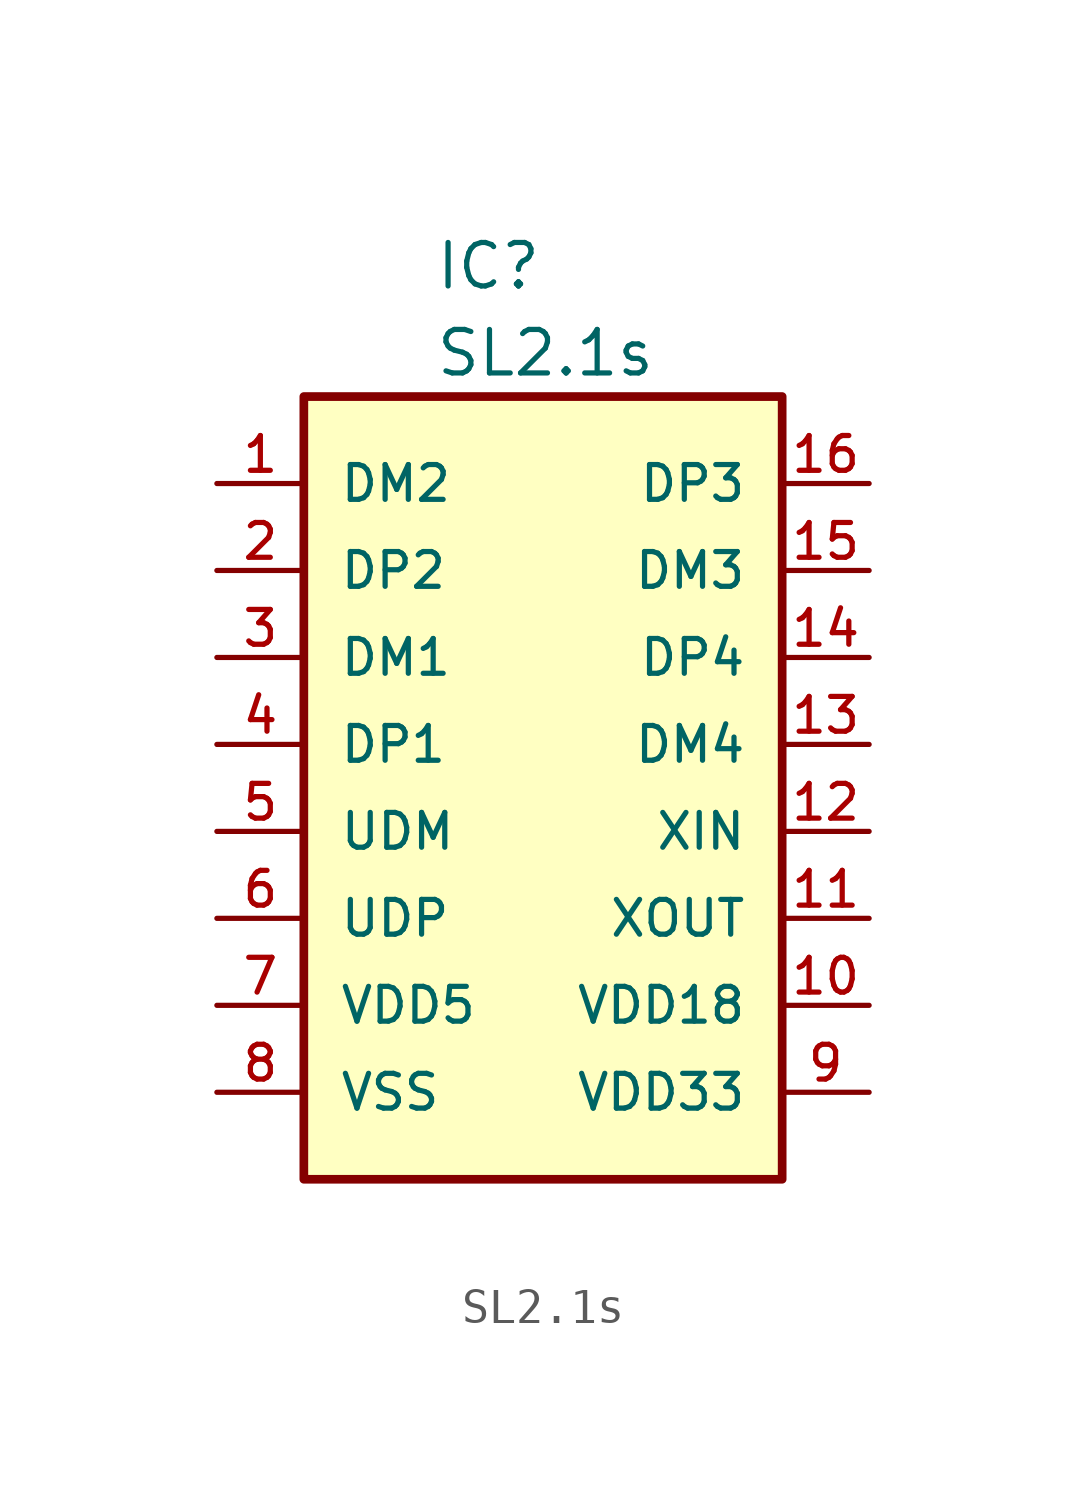
<source format=kicad_sym>
(kicad_symbol_lib
  (version 20220914)
  (generator kicad_symbol_editor)
  (symbol "SL2.1s"
    (pin_names
      (offset 1.016))
    (property "Reference" "IC"
      (at 8.89 6.35 0)
      (effects (font (size 1.27 1.27)) (justify left)))
    (property "Value" "SL2.1s"
      (at 8.89 3.81 0)
      (effects (font (size 1.27 1.27)) (justify left)))
    (symbol "SL2.1s_0_0"
      (rectangle (start 5.08 2.54) (end 19.05 -20.32) (stroke (width 0.254) (type default)) (fill (type background))))
    (symbol "SL2.1s_1_0"
      (pin bidirectional line (at 2.54 0 0) (length 2.54) (name "DM2" (effects (font (size 1.016 1.016)))) (number "1" (effects (font (size 1.016 1.016)))))
      (pin bidirectional line (at 21.59 -15.24 180) (length 2.54) (name "VDD18" (effects (font (size 1.016 1.016)))) (number "10" (effects (font (size 1.016 1.016)))))
      (pin bidirectional line (at 21.59 -12.7 180) (length 2.54) (name "XOUT" (effects (font (size 1.016 1.016)))) (number "11" (effects (font (size 1.016 1.016)))))
      (pin bidirectional line (at 21.59 -10.16 180) (length 2.54) (name "XIN" (effects (font (size 1.016 1.016)))) (number "12" (effects (font (size 1.016 1.016)))))
      (pin bidirectional line (at 21.59 -7.62 180) (length 2.54) (name "DM4" (effects (font (size 1.016 1.016)))) (number "13" (effects (font (size 1.016 1.016)))))
      (pin bidirectional line (at 21.59 -5.08 180) (length 2.54) (name "DP4" (effects (font (size 1.016 1.016)))) (number "14" (effects (font (size 1.016 1.016)))))
      (pin bidirectional line (at 21.59 -2.54 180) (length 2.54) (name "DM3" (effects (font (size 1.016 1.016)))) (number "15" (effects (font (size 1.016 1.016)))))
      (pin bidirectional line (at 21.59 0 180) (length 2.54) (name "DP3" (effects (font (size 1.016 1.016)))) (number "16" (effects (font (size 1.016 1.016)))))
      (pin bidirectional line (at 2.54 -2.54 0) (length 2.54) (name "DP2" (effects (font (size 1.016 1.016)))) (number "2" (effects (font (size 1.016 1.016)))))
      (pin bidirectional line (at 2.54 -5.08 0) (length 2.54) (name "DM1" (effects (font (size 1.016 1.016)))) (number "3" (effects (font (size 1.016 1.016)))))
      (pin bidirectional line (at 2.54 -7.62 0) (length 2.54) (name "DP1" (effects (font (size 1.016 1.016)))) (number "4" (effects (font (size 1.016 1.016)))))
      (pin bidirectional line (at 2.54 -10.16 0) (length 2.54) (name "UDM" (effects (font (size 1.016 1.016)))) (number "5" (effects (font (size 1.016 1.016)))))
      (pin bidirectional line (at 2.54 -12.7 0) (length 2.54) (name "UDP" (effects (font (size 1.016 1.016)))) (number "6" (effects (font (size 1.016 1.016)))))
      (pin bidirectional line (at 2.54 -15.24 0) (length 2.54) (name "VDD5" (effects (font (size 1.016 1.016)))) (number "7" (effects (font (size 1.016 1.016)))))
      (pin bidirectional line (at 2.54 -17.78 0) (length 2.54) (name "VSS" (effects (font (size 1.016 1.016)))) (number "8" (effects (font (size 1.016 1.016)))))
      (pin bidirectional line (at 21.59 -17.78 180) (length 2.54) (name "VDD33" (effects (font (size 1.016 1.016)))) (number "9" (effects (font (size 1.016 1.016))))))))
</source>
